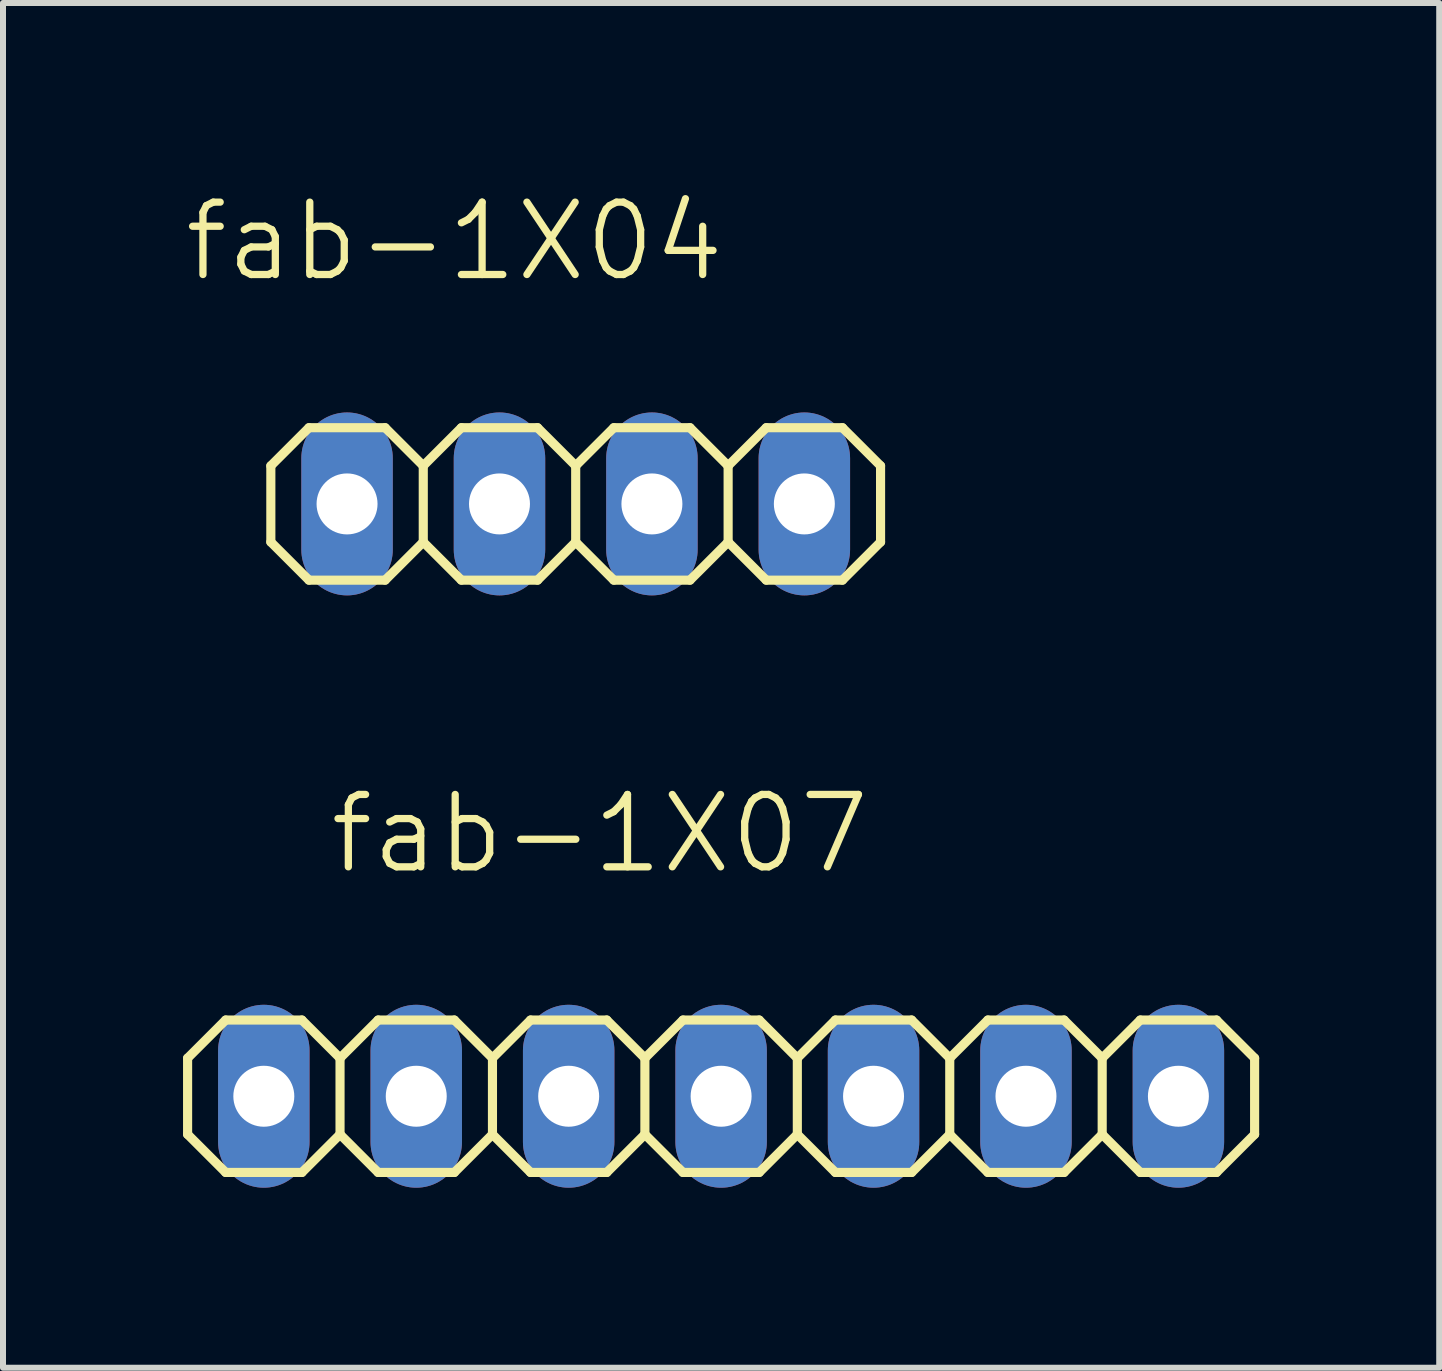
<source format=kicad_pcb>
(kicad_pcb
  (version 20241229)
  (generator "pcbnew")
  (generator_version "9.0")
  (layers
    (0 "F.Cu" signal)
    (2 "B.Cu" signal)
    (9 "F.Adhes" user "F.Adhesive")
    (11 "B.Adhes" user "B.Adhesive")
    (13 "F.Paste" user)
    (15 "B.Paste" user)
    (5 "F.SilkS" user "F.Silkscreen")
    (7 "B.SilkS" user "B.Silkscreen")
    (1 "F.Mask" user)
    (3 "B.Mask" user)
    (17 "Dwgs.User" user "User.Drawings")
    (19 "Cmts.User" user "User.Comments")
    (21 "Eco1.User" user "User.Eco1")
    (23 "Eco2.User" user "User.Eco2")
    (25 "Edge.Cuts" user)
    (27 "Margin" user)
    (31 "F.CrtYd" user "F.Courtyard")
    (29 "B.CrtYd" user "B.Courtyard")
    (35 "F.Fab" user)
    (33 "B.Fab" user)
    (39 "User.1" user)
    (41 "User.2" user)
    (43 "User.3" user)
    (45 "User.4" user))
  (footprint "fab-1X04"
    (layer "F.Cu")
    (at 6.543 5.347)
    (property "Reference" "fab-1X04" (at 2.54 -5.08 180) (layer "F.SilkS") (effects (font (size 1.206 1.206) (thickness 0.121)) (justify right top)))
    (attr through_hole)
    (fp_line (start -5.08 -0.635) (end -5.08 0.635) (stroke (width 0.152) (type solid)) (layer "F.SilkS"))
    (fp_line (start -5.08 0.635) (end -4.445 1.27) (stroke (width 0.152) (type solid)) (layer "F.SilkS"))
    (fp_line (start -4.445 -1.27) (end -5.08 -0.635) (stroke (width 0.152) (type solid)) (layer "F.SilkS"))
    (fp_line (start -4.445 -1.27) (end -3.175 -1.27) (stroke (width 0.152) (type solid)) (layer "F.SilkS"))
    (fp_line (start -3.175 -1.27) (end -2.54 -0.635) (stroke (width 0.152) (type solid)) (layer "F.SilkS"))
    (fp_line (start -3.175 1.27) (end -4.445 1.27) (stroke (width 0.152) (type solid)) (layer "F.SilkS"))
    (fp_line (start -2.54 -0.635) (end -2.54 0.635) (stroke (width 0.152) (type solid)) (layer "F.SilkS"))
    (fp_line (start -2.54 -0.635) (end -1.905 -1.27) (stroke (width 0.152) (type solid)) (layer "F.SilkS"))
    (fp_line (start -2.54 0.635) (end -3.175 1.27) (stroke (width 0.152) (type solid)) (layer "F.SilkS"))
    (fp_line (start -1.905 -1.27) (end -0.635 -1.27) (stroke (width 0.152) (type solid)) (layer "F.SilkS"))
    (fp_line (start -1.905 1.27) (end -2.54 0.635) (stroke (width 0.152) (type solid)) (layer "F.SilkS"))
    (fp_line (start -0.635 -1.27) (end 0 -0.635) (stroke (width 0.152) (type solid)) (layer "F.SilkS"))
    (fp_line (start -0.635 1.27) (end -1.905 1.27) (stroke (width 0.152) (type solid)) (layer "F.SilkS"))
    (fp_line (start 0 -0.635) (end 0 0.635) (stroke (width 0.152) (type solid)) (layer "F.SilkS"))
    (fp_line (start 0 -0.635) (end 0.635 -1.27) (stroke (width 0.152) (type solid)) (layer "F.SilkS"))
    (fp_line (start 0 0.635) (end -0.635 1.27) (stroke (width 0.152) (type solid)) (layer "F.SilkS"))
    (fp_line (start 0.635 -1.27) (end 1.905 -1.27) (stroke (width 0.152) (type solid)) (layer "F.SilkS"))
    (fp_line (start 0.635 1.27) (end 0 0.635) (stroke (width 0.152) (type solid)) (layer "F.SilkS"))
    (fp_line (start 1.905 -1.27) (end 2.54 -0.635) (stroke (width 0.152) (type solid)) (layer "F.SilkS"))
    (fp_line (start 1.905 1.27) (end 0.635 1.27) (stroke (width 0.152) (type solid)) (layer "F.SilkS"))
    (fp_line (start 2.54 -0.635) (end 2.54 0.635) (stroke (width 0.152) (type solid)) (layer "F.SilkS"))
    (fp_line (start 2.54 0.635) (end 1.905 1.27) (stroke (width 0.152) (type solid)) (layer "F.SilkS"))
    (fp_line (start 2.54 0.635) (end 3.175 1.27) (stroke (width 0.152) (type solid)) (layer "F.SilkS"))
    (fp_line (start 3.175 -1.27) (end 2.54 -0.635) (stroke (width 0.152) (type solid)) (layer "F.SilkS"))
    (fp_line (start 3.175 -1.27) (end 4.445 -1.27) (stroke (width 0.152) (type solid)) (layer "F.SilkS"))
    (fp_line (start 4.445 -1.27) (end 5.08 -0.635) (stroke (width 0.152) (type solid)) (layer "F.SilkS"))
    (fp_line (start 4.445 1.27) (end 3.175 1.27) (stroke (width 0.152) (type solid)) (layer "F.SilkS"))
    (fp_line (start 5.08 -0.635) (end 5.08 0.635) (stroke (width 0.152) (type solid)) (layer "F.SilkS"))
    (fp_line (start 5.08 0.635) (end 4.445 1.27) (stroke (width 0.152) (type solid)) (layer "F.SilkS"))
    (fp_poly (pts (xy -4.064 0.254) (xy -3.556 0.254) (xy -3.556 -0.254) (xy -4.064 -0.254)) (stroke (width 0.1) (type solid)) (fill no) (layer "F.Fab"))
    (fp_poly (pts (xy -1.524 0.254) (xy -1.016 0.254) (xy -1.016 -0.254) (xy -1.524 -0.254)) (stroke (width 0.1) (type solid)) (fill no) (layer "F.Fab"))
    (fp_poly (pts (xy 1.016 0.254) (xy 1.524 0.254) (xy 1.524 -0.254) (xy 1.016 -0.254)) (stroke (width 0.1) (type solid)) (fill no) (layer "F.Fab"))
    (fp_poly (pts (xy 3.556 0.254) (xy 4.064 0.254) (xy 4.064 -0.254) (xy 3.556 -0.254)) (stroke (width 0.1) (type solid)) (fill no) (layer "F.Fab"))
    (pad "1" thru_hole oval (at -3.81 0 90) (size 3.048 1.524) (drill 1.016) (layers "*.Cu" "*.Mask"))
    (pad "2" thru_hole oval (at -1.27 0 90) (size 3.048 1.524) (drill 1.016) (layers "*.Cu" "*.Mask"))
    (pad "3" thru_hole oval (at 1.27 0 90) (size 3.048 1.524) (drill 1.016) (layers "*.Cu" "*.Mask"))
    (pad "4" thru_hole oval (at 3.81 0 90) (size 3.048 1.524) (drill 1.016) (layers "*.Cu" "*.Mask")))
  (footprint "fab-1X07"
    (layer "F.Cu")
    (at 8.966 15.217)
    (property "Reference" "fab-1X07" (at 2.54 -5.08 180) (layer "F.SilkS") (effects (font (size 1.206 1.206) (thickness 0.121)) (justify right top)))
    (attr through_hole)
    (fp_line (start -8.89 -0.635) (end -8.89 0.635) (stroke (width 0.152) (type solid)) (layer "F.SilkS"))
    (fp_line (start -8.89 0.635) (end -8.255 1.27) (stroke (width 0.152) (type solid)) (layer "F.SilkS"))
    (fp_line (start -8.255 -1.27) (end -8.89 -0.635) (stroke (width 0.152) (type solid)) (layer "F.SilkS"))
    (fp_line (start -8.255 -1.27) (end -6.985 -1.27) (stroke (width 0.152) (type solid)) (layer "F.SilkS"))
    (fp_line (start -6.985 -1.27) (end -6.35 -0.635) (stroke (width 0.152) (type solid)) (layer "F.SilkS"))
    (fp_line (start -6.985 1.27) (end -8.255 1.27) (stroke (width 0.152) (type solid)) (layer "F.SilkS"))
    (fp_line (start -6.35 -0.635) (end -6.35 0.635) (stroke (width 0.152) (type solid)) (layer "F.SilkS"))
    (fp_line (start -6.35 -0.635) (end -5.715 -1.27) (stroke (width 0.152) (type solid)) (layer "F.SilkS"))
    (fp_line (start -6.35 0.635) (end -6.985 1.27) (stroke (width 0.152) (type solid)) (layer "F.SilkS"))
    (fp_line (start -5.715 -1.27) (end -4.445 -1.27) (stroke (width 0.152) (type solid)) (layer "F.SilkS"))
    (fp_line (start -5.715 1.27) (end -6.35 0.635) (stroke (width 0.152) (type solid)) (layer "F.SilkS"))
    (fp_line (start -4.445 -1.27) (end -3.81 -0.635) (stroke (width 0.152) (type solid)) (layer "F.SilkS"))
    (fp_line (start -4.445 1.27) (end -5.715 1.27) (stroke (width 0.152) (type solid)) (layer "F.SilkS"))
    (fp_line (start -3.81 -0.635) (end -3.81 0.635) (stroke (width 0.152) (type solid)) (layer "F.SilkS"))
    (fp_line (start -3.81 -0.635) (end -3.175 -1.27) (stroke (width 0.152) (type solid)) (layer "F.SilkS"))
    (fp_line (start -3.81 0.635) (end -4.445 1.27) (stroke (width 0.152) (type solid)) (layer "F.SilkS"))
    (fp_line (start -3.175 -1.27) (end -1.905 -1.27) (stroke (width 0.152) (type solid)) (layer "F.SilkS"))
    (fp_line (start -3.175 1.27) (end -3.81 0.635) (stroke (width 0.152) (type solid)) (layer "F.SilkS"))
    (fp_line (start -1.905 -1.27) (end -1.27 -0.635) (stroke (width 0.152) (type solid)) (layer "F.SilkS"))
    (fp_line (start -1.905 1.27) (end -3.175 1.27) (stroke (width 0.152) (type solid)) (layer "F.SilkS"))
    (fp_line (start -1.27 -0.635) (end -1.27 0.635) (stroke (width 0.152) (type solid)) (layer "F.SilkS"))
    (fp_line (start -1.27 0.635) (end -1.905 1.27) (stroke (width 0.152) (type solid)) (layer "F.SilkS"))
    (fp_line (start -1.27 0.635) (end -0.635 1.27) (stroke (width 0.152) (type solid)) (layer "F.SilkS"))
    (fp_line (start -0.635 -1.27) (end -1.27 -0.635) (stroke (width 0.152) (type solid)) (layer "F.SilkS"))
    (fp_line (start -0.635 -1.27) (end 0.635 -1.27) (stroke (width 0.152) (type solid)) (layer "F.SilkS"))
    (fp_line (start 0.635 -1.27) (end 1.27 -0.635) (stroke (width 0.152) (type solid)) (layer "F.SilkS"))
    (fp_line (start 0.635 1.27) (end -0.635 1.27) (stroke (width 0.152) (type solid)) (layer "F.SilkS"))
    (fp_line (start 1.27 -0.635) (end 1.27 0.635) (stroke (width 0.152) (type solid)) (layer "F.SilkS"))
    (fp_line (start 1.27 -0.635) (end 1.905 -1.27) (stroke (width 0.152) (type solid)) (layer "F.SilkS"))
    (fp_line (start 1.27 0.635) (end 0.635 1.27) (stroke (width 0.152) (type solid)) (layer "F.SilkS"))
    (fp_line (start 1.905 -1.27) (end 3.175 -1.27) (stroke (width 0.152) (type solid)) (layer "F.SilkS"))
    (fp_line (start 1.905 1.27) (end 1.27 0.635) (stroke (width 0.152) (type solid)) (layer "F.SilkS"))
    (fp_line (start 3.175 -1.27) (end 3.81 -0.635) (stroke (width 0.152) (type solid)) (layer "F.SilkS"))
    (fp_line (start 3.175 1.27) (end 1.905 1.27) (stroke (width 0.152) (type solid)) (layer "F.SilkS"))
    (fp_line (start 3.81 -0.635) (end 3.81 0.635) (stroke (width 0.152) (type solid)) (layer "F.SilkS"))
    (fp_line (start 3.81 -0.635) (end 4.445 -1.27) (stroke (width 0.152) (type solid)) (layer "F.SilkS"))
    (fp_line (start 3.81 0.635) (end 3.175 1.27) (stroke (width 0.152) (type solid)) (layer "F.SilkS"))
    (fp_line (start 4.445 -1.27) (end 5.715 -1.27) (stroke (width 0.152) (type solid)) (layer "F.SilkS"))
    (fp_line (start 4.445 1.27) (end 3.81 0.635) (stroke (width 0.152) (type solid)) (layer "F.SilkS"))
    (fp_line (start 5.715 -1.27) (end 6.35 -0.635) (stroke (width 0.152) (type solid)) (layer "F.SilkS"))
    (fp_line (start 5.715 1.27) (end 4.445 1.27) (stroke (width 0.152) (type solid)) (layer "F.SilkS"))
    (fp_line (start 6.35 -0.635) (end 6.35 0.635) (stroke (width 0.152) (type solid)) (layer "F.SilkS"))
    (fp_line (start 6.35 0.635) (end 5.715 1.27) (stroke (width 0.152) (type solid)) (layer "F.SilkS"))
    (fp_line (start 6.35 0.635) (end 6.985 1.27) (stroke (width 0.152) (type solid)) (layer "F.SilkS"))
    (fp_line (start 6.985 -1.27) (end 6.35 -0.635) (stroke (width 0.152) (type solid)) (layer "F.SilkS"))
    (fp_line (start 6.985 -1.27) (end 8.255 -1.27) (stroke (width 0.152) (type solid)) (layer "F.SilkS"))
    (fp_line (start 8.255 -1.27) (end 8.89 -0.635) (stroke (width 0.152) (type solid)) (layer "F.SilkS"))
    (fp_line (start 8.255 1.27) (end 6.985 1.27) (stroke (width 0.152) (type solid)) (layer "F.SilkS"))
    (fp_line (start 8.89 -0.635) (end 8.89 0.635) (stroke (width 0.152) (type solid)) (layer "F.SilkS"))
    (fp_line (start 8.89 0.635) (end 8.255 1.27) (stroke (width 0.152) (type solid)) (layer "F.SilkS"))
    (fp_poly (pts (xy -7.874 0.254) (xy -7.366 0.254) (xy -7.366 -0.254) (xy -7.874 -0.254)) (stroke (width 0.1) (type solid)) (fill no) (layer "F.Fab"))
    (fp_poly (pts (xy -5.334 0.254) (xy -4.826 0.254) (xy -4.826 -0.254) (xy -5.334 -0.254)) (stroke (width 0.1) (type solid)) (fill no) (layer "F.Fab"))
    (fp_poly (pts (xy -2.794 0.254) (xy -2.286 0.254) (xy -2.286 -0.254) (xy -2.794 -0.254)) (stroke (width 0.1) (type solid)) (fill no) (layer "F.Fab"))
    (fp_poly (pts (xy -0.254 0.254) (xy 0.254 0.254) (xy 0.254 -0.254) (xy -0.254 -0.254)) (stroke (width 0.1) (type solid)) (fill no) (layer "F.Fab"))
    (fp_poly (pts (xy 2.286 0.254) (xy 2.794 0.254) (xy 2.794 -0.254) (xy 2.286 -0.254)) (stroke (width 0.1) (type solid)) (fill no) (layer "F.Fab"))
    (fp_poly (pts (xy 4.826 0.254) (xy 5.334 0.254) (xy 5.334 -0.254) (xy 4.826 -0.254)) (stroke (width 0.1) (type solid)) (fill no) (layer "F.Fab"))
    (fp_poly (pts (xy 7.366 0.254) (xy 7.874 0.254) (xy 7.874 -0.254) (xy 7.366 -0.254)) (stroke (width 0.1) (type solid)) (fill no) (layer "F.Fab"))
    (pad "1" thru_hole oval (at -7.62 0 90) (size 3.048 1.524) (drill 1.016) (layers "*.Cu" "*.Mask"))
    (pad "2" thru_hole oval (at -5.08 0 90) (size 3.048 1.524) (drill 1.016) (layers "*.Cu" "*.Mask"))
    (pad "3" thru_hole oval (at -2.54 0 90) (size 3.048 1.524) (drill 1.016) (layers "*.Cu" "*.Mask"))
    (pad "4" thru_hole oval (at 0 0 90) (size 3.048 1.524) (drill 1.016) (layers "*.Cu" "*.Mask"))
    (pad "5" thru_hole oval (at 2.54 0 90) (size 3.048 1.524) (drill 1.016) (layers "*.Cu" "*.Mask"))
    (pad "6" thru_hole oval (at 5.08 0 90) (size 3.048 1.524) (drill 1.016) (layers "*.Cu" "*.Mask"))
    (pad "7" thru_hole oval (at 7.62 0 90) (size 3.048 1.524) (drill 1.016) (layers "*.Cu" "*.Mask")))
  (gr_rect
    (start -3 -3)
    (end 20.932 19.741)
    (stroke (width 0.1) (type default))
    (fill no)
    (layer "Edge.Cuts")))
</source>
